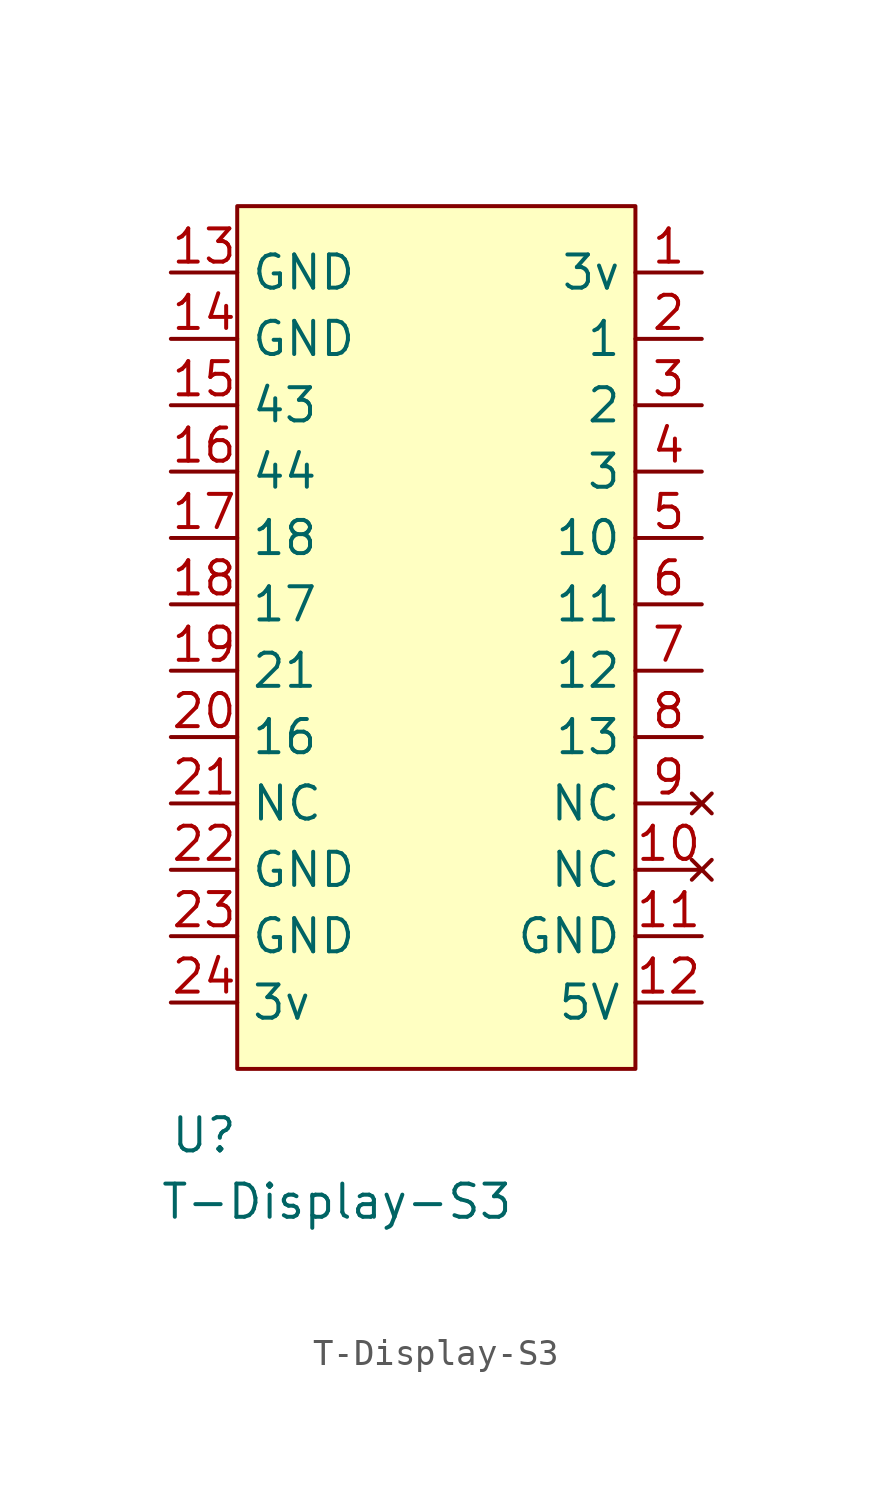
<source format=kicad_sym>
(kicad_symbol_lib
  (version 20211014)
  (generator kicad_symbol_editor)
  (symbol "T-Display-S3"
    (property "Reference" "U"
      (at -16.51 -2.54 0)
      (effects (font (size 1.27 1.27))))
    (property "Value" "T-Display-S3"
      (at -11.43 -5.08 0)
      (effects (font (size 1.27 1.27))))
    (symbol "T-Display-S3_0_1"
      (rectangle (start -15.24 33.02) (end 0 0) (stroke (width 0) (type default) (color 0 0 0 0)) (fill (type background))))
    (symbol "T-Display-S3_1_1"
      (pin power_in line (at 2.54 30.48 180) (length 2.54) (name "3v" (effects (font (size 1.27 1.27)))) (number "1" (effects (font (size 1.27 1.27)))))
      (pin no_connect line (at 2.54 7.62 180) (length 2.54) (name "NC" (effects (font (size 1.27 1.27)))) (number "10" (effects (font (size 1.27 1.27)))))
      (pin power_in line (at 2.54 5.08 180) (length 2.54) (name "GND" (effects (font (size 1.27 1.27)))) (number "11" (effects (font (size 1.27 1.27)))))
      (pin power_in line (at 2.54 2.54 180) (length 2.54) (name "5V" (effects (font (size 1.27 1.27)))) (number "12" (effects (font (size 1.27 1.27)))))
      (pin power_in line (at -17.78 30.48 0) (length 2.54) (name "GND" (effects (font (size 1.27 1.27)))) (number "13" (effects (font (size 1.27 1.27)))))
      (pin power_in line (at -17.78 27.94 0) (length 2.54) (name "GND" (effects (font (size 1.27 1.27)))) (number "14" (effects (font (size 1.27 1.27)))))
      (pin bidirectional line (at -17.78 25.4 0) (length 2.54) (name "43" (effects (font (size 1.27 1.27)))) (number "15" (effects (font (size 1.27 1.27)))))
      (pin bidirectional line (at -17.78 22.86 0) (length 2.54) (name "44" (effects (font (size 1.27 1.27)))) (number "16" (effects (font (size 1.27 1.27)))))
      (pin bidirectional line (at -17.78 20.32 0) (length 2.54) (name "18" (effects (font (size 1.27 1.27)))) (number "17" (effects (font (size 1.27 1.27)))))
      (pin bidirectional line (at -17.78 17.78 0) (length 2.54) (name "17" (effects (font (size 1.27 1.27)))) (number "18" (effects (font (size 1.27 1.27)))))
      (pin bidirectional line (at -17.78 15.24 0) (length 2.54) (name "21" (effects (font (size 1.27 1.27)))) (number "19" (effects (font (size 1.27 1.27)))))
      (pin bidirectional line (at 2.54 27.94 180) (length 2.54) (name "1" (effects (font (size 1.27 1.27)))) (number "2" (effects (font (size 1.27 1.27)))))
      (pin bidirectional line (at -17.78 12.7 0) (length 2.54) (name "16" (effects (font (size 1.27 1.27)))) (number "20" (effects (font (size 1.27 1.27)))))
      (pin bidirectional line (at -17.78 10.16 0) (length 2.54) (name "NC" (effects (font (size 1.27 1.27)))) (number "21" (effects (font (size 1.27 1.27)))))
      (pin power_in line (at -17.78 7.62 0) (length 2.54) (name "GND" (effects (font (size 1.27 1.27)))) (number "22" (effects (font (size 1.27 1.27)))))
      (pin power_in line (at -17.78 5.08 0) (length 2.54) (name "GND" (effects (font (size 1.27 1.27)))) (number "23" (effects (font (size 1.27 1.27)))))
      (pin power_in line (at -17.78 2.54 0) (length 2.54) (name "3v" (effects (font (size 1.27 1.27)))) (number "24" (effects (font (size 1.27 1.27)))))
      (pin bidirectional line (at 2.54 25.4 180) (length 2.54) (name "2" (effects (font (size 1.27 1.27)))) (number "3" (effects (font (size 1.27 1.27)))))
      (pin bidirectional line (at 2.54 22.86 180) (length 2.54) (name "3" (effects (font (size 1.27 1.27)))) (number "4" (effects (font (size 1.27 1.27)))))
      (pin bidirectional line (at 2.54 20.32 180) (length 2.54) (name "10" (effects (font (size 1.27 1.27)))) (number "5" (effects (font (size 1.27 1.27)))))
      (pin bidirectional line (at 2.54 17.78 180) (length 2.54) (name "11" (effects (font (size 1.27 1.27)))) (number "6" (effects (font (size 1.27 1.27)))))
      (pin bidirectional line (at 2.54 15.24 180) (length 2.54) (name "12" (effects (font (size 1.27 1.27)))) (number "7" (effects (font (size 1.27 1.27)))))
      (pin bidirectional line (at 2.54 12.7 180) (length 2.54) (name "13" (effects (font (size 1.27 1.27)))) (number "8" (effects (font (size 1.27 1.27)))))
      (pin no_connect line (at 2.54 10.16 180) (length 2.54) (name "NC" (effects (font (size 1.27 1.27)))) (number "9" (effects (font (size 1.27 1.27))))))))
</source>
